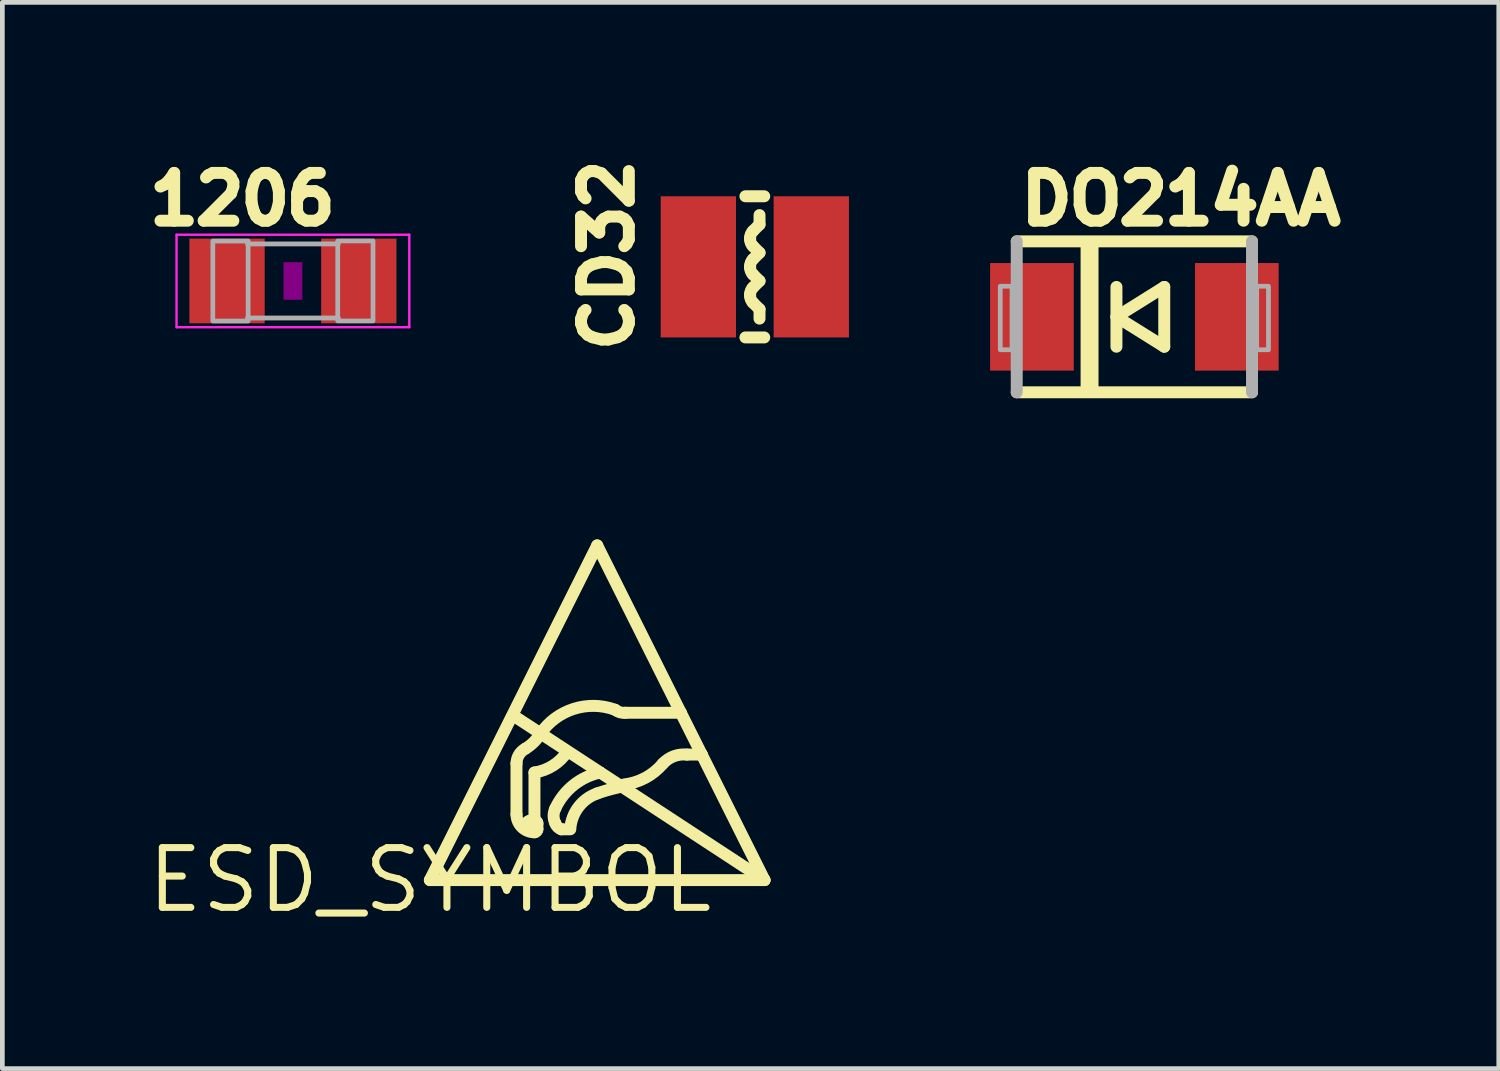
<source format=kicad_pcb>
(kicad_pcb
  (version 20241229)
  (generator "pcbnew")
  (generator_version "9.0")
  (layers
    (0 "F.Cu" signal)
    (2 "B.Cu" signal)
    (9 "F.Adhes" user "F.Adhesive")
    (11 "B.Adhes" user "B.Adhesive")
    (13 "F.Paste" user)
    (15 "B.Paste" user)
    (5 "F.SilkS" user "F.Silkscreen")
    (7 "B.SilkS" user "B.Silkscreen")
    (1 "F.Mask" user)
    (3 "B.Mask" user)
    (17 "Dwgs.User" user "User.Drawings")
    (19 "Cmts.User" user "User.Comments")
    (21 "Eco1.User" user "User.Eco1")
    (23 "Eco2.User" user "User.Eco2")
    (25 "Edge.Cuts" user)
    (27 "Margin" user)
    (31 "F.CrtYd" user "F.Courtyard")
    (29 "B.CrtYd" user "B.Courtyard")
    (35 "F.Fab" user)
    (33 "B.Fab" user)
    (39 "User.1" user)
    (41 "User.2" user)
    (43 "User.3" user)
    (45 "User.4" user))
  (footprint "ESD_SYMBOL"
    (layer "F.Cu")
    (at 6.085 15.653)
    (property "Reference" "ESD_SYMBOL" (at 0 0 0) (layer "F.SilkS") (effects (font (size 1.27 1.27) (thickness 0.15))))
    (fp_line (start 0 0) (end 7.112 0) (stroke (width 0.254) (type solid)) (layer "F.SilkS"))
    (fp_line (start 1.778 -3.493) (end 7.112 0) (stroke (width 0.254) (type solid)) (layer "F.SilkS"))
    (fp_line (start 1.841 -2.477) (end 1.841 -1.397) (stroke (width 0.254) (type solid)) (layer "F.SilkS"))
    (fp_line (start 2.223 -1.27) (end 2.159 -1.27) (stroke (width 0.254) (type solid)) (layer "F.SilkS"))
    (fp_line (start 2.223 -1.27) (end 2.223 -2.286) (stroke (width 0.254) (type solid)) (layer "F.SilkS"))
    (fp_line (start 2.286 -1.079) (end 2.286 -1.206) (stroke (width 0.254) (type solid)) (layer "F.SilkS"))
    (fp_line (start 2.794 -1.079) (end 2.946 -1.079) (stroke (width 0.254) (type solid)) (layer "F.SilkS"))
    (fp_line (start 3.556 -7.112) (end 0 0) (stroke (width 0.254) (type solid)) (layer "F.SilkS"))
    (fp_line (start 4.154 -3.556) (end 5.334 -3.556) (stroke (width 0.254) (type solid)) (layer "F.SilkS"))
    (fp_line (start 5.334 -3.556) (end 3.556 -7.112) (stroke (width 0.254) (type solid)) (layer "F.SilkS"))
    (fp_line (start 5.779 -2.667) (end 5.334 -3.556) (stroke (width 0.254) (type solid)) (layer "F.SilkS"))
    (fp_line (start 5.779 -2.667) (end 5.461 -2.667) (stroke (width 0.254) (type solid)) (layer "F.SilkS"))
    (fp_line (start 7.112 0) (end 5.779 -2.667) (stroke (width 0.254) (type solid)) (layer "F.SilkS"))
    (fp_arc (start 1.841499 -2.476499) (mid 1.892745 -2.661652) (end 2.032 -2.794) (stroke (width 0.254) (type solid)) (layer "F.SilkS"))
    (fp_arc (start 2.032 -1.143) (mid 2.069197 -1.232803) (end 2.159 -1.27) (stroke (width 0.254) (type solid)) (layer "F.SilkS"))
    (fp_arc (start 2.2225 -1.27) (mid 2.267401 -1.251401) (end 2.286 -1.2065) (stroke (width 0.254) (type solid)) (layer "F.SilkS"))
    (fp_arc (start 2.2225 -1.016) (mid 1.953092 -1.127592) (end 1.8415 -1.397) (stroke (width 0.254) (type solid)) (layer "F.SilkS"))
    (fp_arc (start 2.285999 -1.079499) (mid 2.26743 -1.034569) (end 2.2225 -1.016) (stroke (width 0.254) (type solid)) (layer "F.SilkS"))
    (fp_arc (start 2.3495 -3.1115) (mid 2.210301 -2.933199) (end 2.032 -2.794) (stroke (width 0.254) (type solid)) (layer "F.SilkS"))
    (fp_arc (start 2.3495 -3.1115) (mid 3.056084 -3.637891) (end 3.936999 -3.619499) (stroke (width 0.254) (type solid)) (layer "F.SilkS"))
    (fp_arc (start 2.666999 -1.524) (mid 3.053291 -2.017449) (end 3.6195 -2.286) (stroke (width 0.254) (type solid)) (layer "F.SilkS"))
    (fp_arc (start 2.667 -1.2065) (mid 2.629535 -1.36525) (end 2.667 -1.524) (stroke (width 0.254) (type solid)) (layer "F.SilkS"))
    (fp_arc (start 2.794 -1.0795) (mid 2.71551 -1.12801) (end 2.667 -1.2065) (stroke (width 0.254) (type solid)) (layer "F.SilkS"))
    (fp_arc (start 2.921 -2.7305) (mid 2.61894 -2.434094) (end 2.2225 -2.285999) (stroke (width 0.254) (type solid)) (layer "F.SilkS"))
    (fp_arc (start 2.984499 -1.079501) (mid 3.15485 -1.54705) (end 3.556 -1.8415) (stroke (width 0.254) (type solid)) (layer "F.SilkS"))
    (fp_arc (start 3.556 -1.8415) (mid 3.776318 -1.911761) (end 4.0005 -1.9685) (stroke (width 0.254) (type solid)) (layer "F.SilkS"))
    (fp_arc (start 4.153799 -3.556) (mid 4.039085 -3.566192) (end 3.937 -3.6195) (stroke (width 0.254) (type solid)) (layer "F.SilkS"))
    (fp_arc (start 4.952999 -2.4765) (mid 5.184516 -2.631706) (end 5.461 -2.667) (stroke (width 0.254) (type solid)) (layer "F.SilkS"))
    (fp_arc (start 4.953 -2.4765) (mid 4.583049 -2.174767) (end 4.1275 -2.032) (stroke (width 0.254) (type solid)) (layer "F.SilkS")))
  (footprint "CD32"
    (layer "F.Cu")
    (at 12.991 2.621)
    (property "Reference" "CD32" (at -2.54 1.905 90) (layer "F.SilkS") (effects (font (size 1.016 1.016) (thickness 0.254)) (justify left bottom)))
    (fp_line (start -0.1 -0.583) (end -0.1 -0.617) (stroke (width 0.254) (type solid)) (layer "F.SilkS"))
    (fp_line (start -0.1 0.017) (end -0.1 -0.017) (stroke (width 0.254) (type solid)) (layer "F.SilkS"))
    (fp_line (start -0.1 0.617) (end -0.1 0.583) (stroke (width 0.254) (type solid)) (layer "F.SilkS"))
    (fp_line (start -0.041 -0.759) (end 0.1 -0.9) (stroke (width 0.254) (type solid)) (layer "F.SilkS"))
    (fp_line (start -0.041 -0.159) (end 0.1 -0.3) (stroke (width 0.254) (type solid)) (layer "F.SilkS"))
    (fp_line (start -0.041 0.441) (end 0.1 0.3) (stroke (width 0.254) (type solid)) (layer "F.SilkS"))
    (fp_line (start 0.1 -0.9) (end 0.1 -1.1) (stroke (width 0.254) (type solid)) (layer "F.SilkS"))
    (fp_line (start 0.1 -0.3) (end -0.041 -0.441) (stroke (width 0.254) (type solid)) (layer "F.SilkS"))
    (fp_line (start 0.1 0.3) (end -0.041 0.159) (stroke (width 0.254) (type solid)) (layer "F.SilkS"))
    (fp_line (start 0.1 0.9) (end -0.041 0.759) (stroke (width 0.254) (type solid)) (layer "F.SilkS"))
    (fp_line (start 0.1 1.1) (end 0.1 0.9) (stroke (width 0.254) (type solid)) (layer "F.SilkS"))
    (fp_line (start 0.2 -1.5) (end -0.2 -1.5) (stroke (width 0.254) (type solid)) (layer "F.SilkS"))
    (fp_line (start 0.2 1.5) (end -0.2 1.5) (stroke (width 0.254) (type solid)) (layer "F.SilkS"))
    (fp_arc (start -0.1 -0.6172) (mid -0.084762 -0.693727) (end -0.0414 -0.758599) (stroke (width 0.254) (type solid)) (layer "F.SilkS"))
    (fp_arc (start -0.1 -0.0172) (mid -0.084762 -0.093727) (end -0.0414 -0.158599) (stroke (width 0.254) (type solid)) (layer "F.SilkS"))
    (fp_arc (start -0.1 0.5828) (mid -0.084762 0.506273) (end -0.041401 0.4414) (stroke (width 0.254) (type solid)) (layer "F.SilkS"))
    (fp_arc (start -0.0414 -0.4414) (mid -0.084762 -0.506272) (end -0.1 -0.582799) (stroke (width 0.254) (type solid)) (layer "F.SilkS"))
    (fp_arc (start -0.0414 0.1586) (mid -0.084762 0.093728) (end -0.1 0.017201) (stroke (width 0.254) (type solid)) (layer "F.SilkS"))
    (fp_arc (start -0.0414 0.7586) (mid -0.084762 0.693728) (end -0.1 0.617201) (stroke (width 0.254) (type solid)) (layer "F.SilkS"))
    (pad "1" smd rect (at -1.2 0 90) (size 3 1.6) (layers "F.Cu" "F.Mask" "F.Paste"))
    (pad "2" smd rect (at 1.2 0 90) (size 3 1.6) (layers "F.Cu" "F.Mask" "F.Paste")))
  (footprint "1206"
    (layer "F.Cu")
    (at 3.175 2.921)
    (property "Reference" "1206" (at -3.175 -1.143 0) (layer "F.SilkS") (effects (font (size 1.016 1.016) (thickness 0.254)) (justify left bottom)))
    (fp_poly (pts (xy -0.2 0.4) (xy 0.2 0.4) (xy 0.2 -0.4) (xy -0.2 -0.4)) (stroke (width 0) (type solid)) (fill yes) (layer "F.Adhes"))
    (fp_line (start -2.473 -0.983) (end 2.473 -0.983) (stroke (width 0.051) (type solid)) (layer "F.CrtYd"))
    (fp_line (start -2.473 0.983) (end -2.473 -0.983) (stroke (width 0.051) (type solid)) (layer "F.CrtYd"))
    (fp_line (start 2.473 -0.983) (end 2.473 0.983) (stroke (width 0.051) (type solid)) (layer "F.CrtYd"))
    (fp_line (start 2.473 0.983) (end -2.473 0.983) (stroke (width 0.051) (type solid)) (layer "F.CrtYd"))
    (fp_line (start -0.965 -0.787) (end 0.965 -0.787) (stroke (width 0.102) (type solid)) (layer "F.Fab"))
    (fp_line (start -0.965 0.787) (end 0.965 0.787) (stroke (width 0.102) (type solid)) (layer "F.Fab"))
    (fp_poly (pts (xy -1.702 0.851) (xy -0.952 0.851) (xy -0.952 -0.849) (xy -1.702 -0.849)) (stroke (width 0.1) (type solid)) (fill no) (layer "F.Fab"))
    (fp_poly (pts (xy 0.952 0.849) (xy 1.702 0.849) (xy 1.702 -0.851) (xy 0.952 -0.851)) (stroke (width 0.1) (type solid)) (fill no) (layer "F.Fab"))
    (pad "1" smd rect (at -1.4 0) (size 1.6 1.8) (layers "F.Cu" "F.Mask" "F.Paste"))
    (pad "2" smd rect (at 1.4 0) (size 1.6 1.8) (layers "F.Cu" "F.Mask" "F.Paste")))
  (footprint "DO214AA"
    (layer "F.Cu")
    (at 21.057 3.683)
    (property "Reference" "DO214AA" (at -2.54 -1.905 0) (layer "F.SilkS") (effects (font (size 1.016 1.016) (thickness 0.254)) (justify left bottom)))
    (fp_line (start -2.5 -1.604) (end 2.5 -1.604) (stroke (width 0.254) (type solid)) (layer "F.SilkS"))
    (fp_line (start -0.381 0.635) (end -0.381 -0.635) (stroke (width 0.254) (type solid)) (layer "F.SilkS"))
    (fp_line (start 0.635 -0.635) (end -0.381 0) (stroke (width 0.254) (type solid)) (layer "F.SilkS"))
    (fp_line (start 0.635 0.635) (end -0.381 0) (stroke (width 0.254) (type solid)) (layer "F.SilkS"))
    (fp_line (start 0.635 0.635) (end 0.635 -0.635) (stroke (width 0.254) (type solid)) (layer "F.SilkS"))
    (fp_line (start 2.5 1.604) (end -2.5 1.604) (stroke (width 0.254) (type solid)) (layer "F.SilkS"))
    (fp_poly (pts (xy -1.143 1.651) (xy -0.762 1.651) (xy -0.762 -1.651) (xy -1.143 -1.651)) (stroke (width 0) (type solid)) (fill yes) (layer "F.SilkS"))
    (fp_line (start -2.5 1.604) (end -2.5 -1.604) (stroke (width 0.254) (type solid)) (layer "F.Fab"))
    (fp_line (start 2.5 -1.604) (end 2.5 1.604) (stroke (width 0.254) (type solid)) (layer "F.Fab"))
    (fp_poly (pts (xy -2.85 0.7) (xy -2.6 0.7) (xy -2.6 -0.65) (xy -2.85 -0.65)) (stroke (width 0.1) (type solid)) (fill no) (layer "F.Fab"))
    (fp_poly (pts (xy 2.6 0.7) (xy 2.85 0.7) (xy 2.85 -0.65) (xy 2.6 -0.65)) (stroke (width 0.1) (type solid)) (fill no) (layer "F.Fab"))
    (pad "A" smd rect (at 2.177 0) (size 1.778 2.286) (layers "F.Cu" "F.Mask" "F.Paste"))
    (pad "C" smd rect (at -2.177 0) (size 1.778 2.286) (layers "F.Cu" "F.Mask" "F.Paste")))
  (gr_rect
    (start -3 -3)
    (end 28.801 19.659)
    (stroke (width 0.1) (type default))
    (fill no)
    (layer "Edge.Cuts")))
</source>
